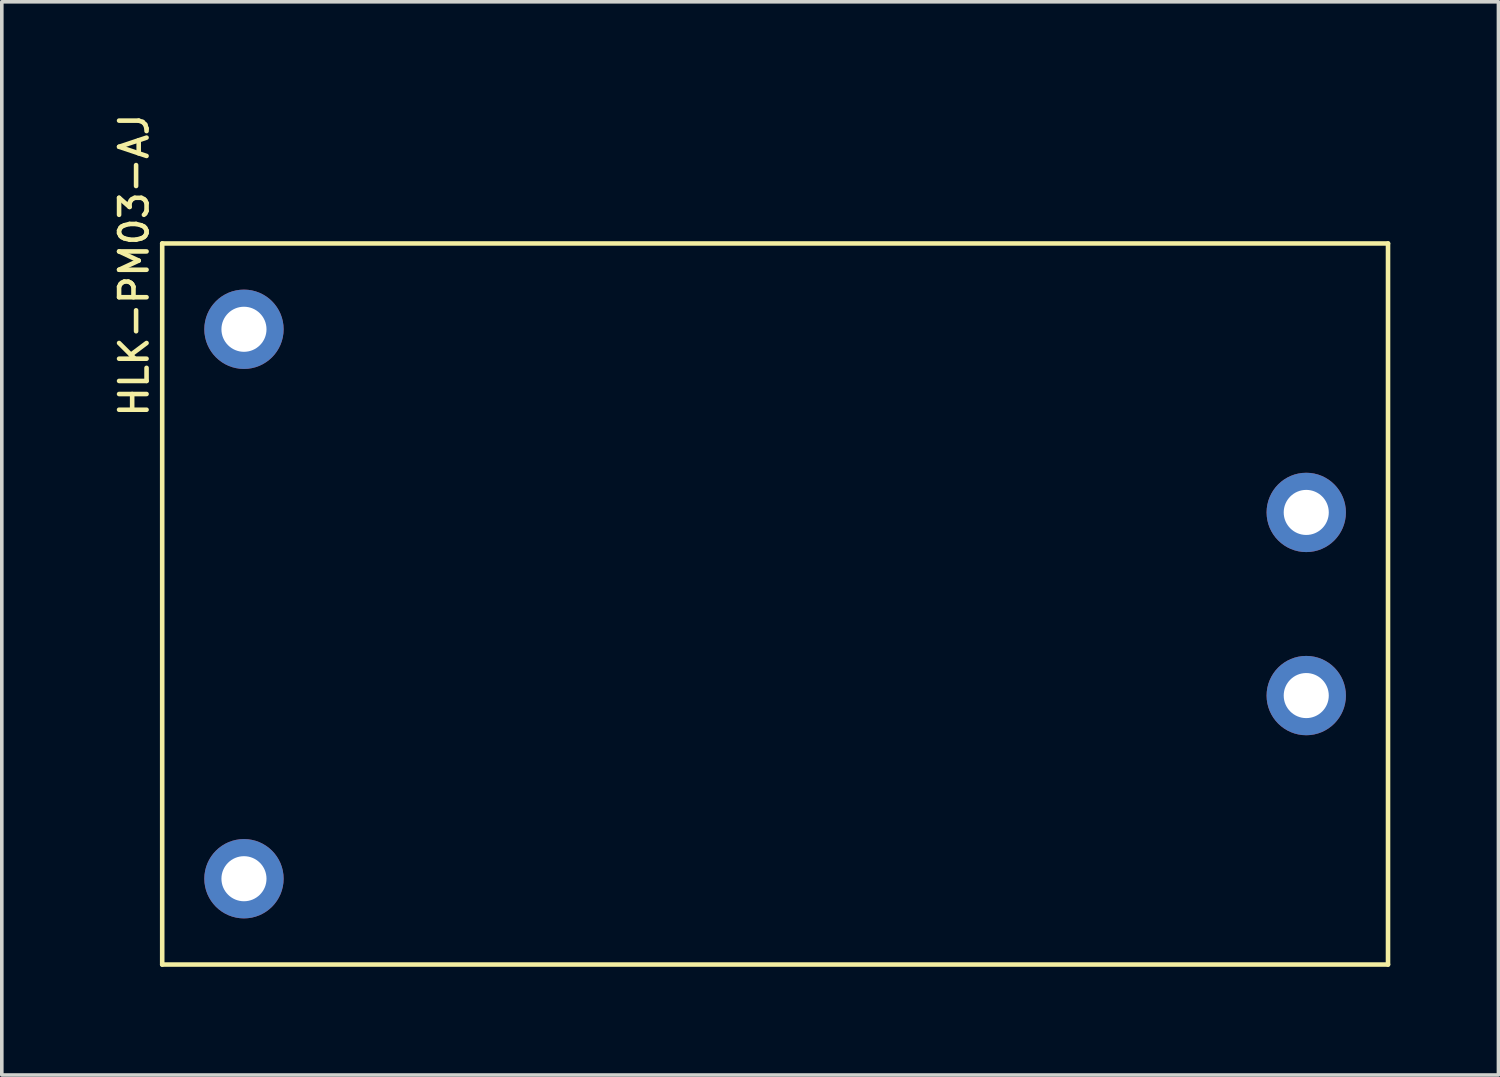
<source format=kicad_pcb>
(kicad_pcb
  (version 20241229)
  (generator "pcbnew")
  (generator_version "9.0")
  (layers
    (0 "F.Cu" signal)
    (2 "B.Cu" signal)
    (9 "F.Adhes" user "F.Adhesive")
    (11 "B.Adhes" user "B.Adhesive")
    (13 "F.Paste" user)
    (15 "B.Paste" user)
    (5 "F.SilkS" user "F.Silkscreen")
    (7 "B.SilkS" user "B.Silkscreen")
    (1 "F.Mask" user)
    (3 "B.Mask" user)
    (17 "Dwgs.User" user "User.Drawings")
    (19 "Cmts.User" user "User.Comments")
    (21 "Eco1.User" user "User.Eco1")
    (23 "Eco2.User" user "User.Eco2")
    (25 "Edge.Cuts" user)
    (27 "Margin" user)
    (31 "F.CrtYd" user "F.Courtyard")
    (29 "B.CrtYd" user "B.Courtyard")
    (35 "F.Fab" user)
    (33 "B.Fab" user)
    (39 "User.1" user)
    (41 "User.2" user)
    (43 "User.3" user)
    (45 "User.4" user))
  (footprint "HLK-PM03-AJ"
    (layer "F.Cu")
    (at 18.449 13.703)
    (property "Reference" "HLK-PM03-AJ" (at -17.78 -9.398 90) (layer "F.SilkS") (effects (font (size 0.762 0.762) (thickness 0.127))))
    (attr through_hole)
    (fp_line (start -17 -10) (end -17 10) (stroke (width 0.127) (type solid)) (layer "F.SilkS"))
    (fp_line (start -17 10) (end 17 10) (stroke (width 0.127) (type solid)) (layer "F.SilkS"))
    (fp_line (start 17 -10) (end -17 -10) (stroke (width 0.127) (type solid)) (layer "F.SilkS"))
    (fp_line (start 17 10) (end 17 -10) (stroke (width 0.127) (type solid)) (layer "F.SilkS"))
    (pad "1" thru_hole circle (at -14.732 -7.62) (size 2.2 2.2) (drill 1.25) (layers "*.Cu" "*.Mask"))
    (pad "2" thru_hole circle (at -14.732 7.62) (size 2.2 2.2) (drill 1.25) (layers "*.Cu" "*.Mask"))
    (pad "3" thru_hole circle (at 14.732 -2.54) (size 2.2 2.2) (drill 1.25) (layers "*.Cu" "*.Mask"))
    (pad "4" thru_hole circle (at 14.732 2.54) (size 2.2 2.2) (drill 1.25) (layers "*.Cu" "*.Mask")))
  (gr_rect
    (start -3 -3)
    (end 38.512 26.767)
    (stroke (width 0.1) (type default))
    (fill no)
    (layer "Edge.Cuts")))
</source>
